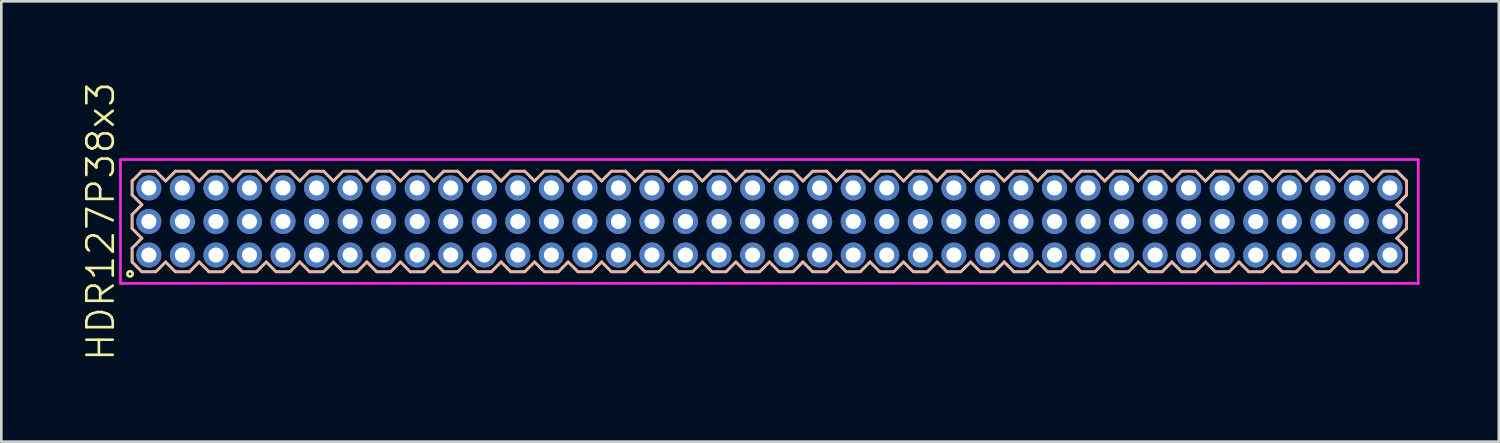
<source format=kicad_pcb>
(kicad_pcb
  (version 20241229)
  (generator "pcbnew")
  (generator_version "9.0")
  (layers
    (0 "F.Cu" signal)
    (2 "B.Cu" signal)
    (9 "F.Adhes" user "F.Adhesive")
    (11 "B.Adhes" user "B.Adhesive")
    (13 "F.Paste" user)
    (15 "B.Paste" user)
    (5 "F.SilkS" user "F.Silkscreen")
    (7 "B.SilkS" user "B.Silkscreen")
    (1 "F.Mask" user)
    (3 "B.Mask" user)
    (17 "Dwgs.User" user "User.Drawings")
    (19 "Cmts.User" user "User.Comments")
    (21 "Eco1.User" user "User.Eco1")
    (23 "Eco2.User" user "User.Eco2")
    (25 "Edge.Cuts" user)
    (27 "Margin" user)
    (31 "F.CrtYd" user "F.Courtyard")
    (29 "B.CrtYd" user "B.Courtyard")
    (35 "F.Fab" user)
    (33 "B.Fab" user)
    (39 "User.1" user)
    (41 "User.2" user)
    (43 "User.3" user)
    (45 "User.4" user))
  (footprint "HDR127P38x3"
    (layer "F.Cu")
    (at 26.081 5.336)
    (property "Reference" "HDR127P38x3" (at -25.32 0 90) (layer "F.SilkS") (effects (font (size 1 1) (thickness 0.1))))
    (attr through_hole)
    (fp_line (start -24.13 -1.533) (end -23.758 -1.905) (stroke (width 0.1) (type solid)) (layer "F.SilkS"))
    (fp_line (start -24.13 -1.007) (end -24.13 -1.533) (stroke (width 0.1) (type solid)) (layer "F.SilkS"))
    (fp_line (start -24.13 -0.263) (end -23.758 -0.635) (stroke (width 0.1) (type solid)) (layer "F.SilkS"))
    (fp_line (start -24.13 0.263) (end -24.13 -0.263) (stroke (width 0.1) (type solid)) (layer "F.SilkS"))
    (fp_line (start -24.13 1.007) (end -23.758 0.635) (stroke (width 0.1) (type solid)) (layer "F.SilkS"))
    (fp_line (start -24.13 1.533) (end -24.13 1.007) (stroke (width 0.1) (type solid)) (layer "F.SilkS"))
    (fp_line (start -23.758 -1.905) (end -23.232 -1.905) (stroke (width 0.1) (type solid)) (layer "F.SilkS"))
    (fp_line (start -23.758 -0.635) (end -24.13 -1.007) (stroke (width 0.1) (type solid)) (layer "F.SilkS"))
    (fp_line (start -23.758 0.635) (end -24.13 0.263) (stroke (width 0.1) (type solid)) (layer "F.SilkS"))
    (fp_line (start -23.758 1.905) (end -24.13 1.533) (stroke (width 0.1) (type solid)) (layer "F.SilkS"))
    (fp_line (start -23.232 -1.905) (end -22.86 -1.533) (stroke (width 0.1) (type solid)) (layer "F.SilkS"))
    (fp_line (start -23.232 1.905) (end -23.758 1.905) (stroke (width 0.1) (type solid)) (layer "F.SilkS"))
    (fp_line (start -22.86 -1.533) (end -22.488 -1.905) (stroke (width 0.1) (type solid)) (layer "F.SilkS"))
    (fp_line (start -22.86 1.533) (end -23.232 1.905) (stroke (width 0.1) (type solid)) (layer "F.SilkS"))
    (fp_line (start -22.488 -1.905) (end -21.962 -1.905) (stroke (width 0.1) (type solid)) (layer "F.SilkS"))
    (fp_line (start -22.488 1.905) (end -22.86 1.533) (stroke (width 0.1) (type solid)) (layer "F.SilkS"))
    (fp_line (start -21.962 -1.905) (end -21.59 -1.533) (stroke (width 0.1) (type solid)) (layer "F.SilkS"))
    (fp_line (start -21.962 1.905) (end -22.488 1.905) (stroke (width 0.1) (type solid)) (layer "F.SilkS"))
    (fp_line (start -21.59 -1.533) (end -21.218 -1.905) (stroke (width 0.1) (type solid)) (layer "F.SilkS"))
    (fp_line (start -21.59 1.533) (end -21.962 1.905) (stroke (width 0.1) (type solid)) (layer "F.SilkS"))
    (fp_line (start -21.218 -1.905) (end -20.692 -1.905) (stroke (width 0.1) (type solid)) (layer "F.SilkS"))
    (fp_line (start -21.218 1.905) (end -21.59 1.533) (stroke (width 0.1) (type solid)) (layer "F.SilkS"))
    (fp_line (start -20.692 -1.905) (end -20.32 -1.533) (stroke (width 0.1) (type solid)) (layer "F.SilkS"))
    (fp_line (start -20.692 1.905) (end -21.218 1.905) (stroke (width 0.1) (type solid)) (layer "F.SilkS"))
    (fp_line (start -20.32 -1.533) (end -19.948 -1.905) (stroke (width 0.1) (type solid)) (layer "F.SilkS"))
    (fp_line (start -20.32 1.533) (end -20.692 1.905) (stroke (width 0.1) (type solid)) (layer "F.SilkS"))
    (fp_line (start -19.948 -1.905) (end -19.422 -1.905) (stroke (width 0.1) (type solid)) (layer "F.SilkS"))
    (fp_line (start -19.948 1.905) (end -20.32 1.533) (stroke (width 0.1) (type solid)) (layer "F.SilkS"))
    (fp_line (start -19.422 -1.905) (end -19.05 -1.533) (stroke (width 0.1) (type solid)) (layer "F.SilkS"))
    (fp_line (start -19.422 1.905) (end -19.948 1.905) (stroke (width 0.1) (type solid)) (layer "F.SilkS"))
    (fp_line (start -19.05 -1.533) (end -18.678 -1.905) (stroke (width 0.1) (type solid)) (layer "F.SilkS"))
    (fp_line (start -19.05 1.533) (end -19.422 1.905) (stroke (width 0.1) (type solid)) (layer "F.SilkS"))
    (fp_line (start -18.678 -1.905) (end -18.152 -1.905) (stroke (width 0.1) (type solid)) (layer "F.SilkS"))
    (fp_line (start -18.678 1.905) (end -19.05 1.533) (stroke (width 0.1) (type solid)) (layer "F.SilkS"))
    (fp_line (start -18.152 -1.905) (end -17.78 -1.533) (stroke (width 0.1) (type solid)) (layer "F.SilkS"))
    (fp_line (start -18.152 1.905) (end -18.678 1.905) (stroke (width 0.1) (type solid)) (layer "F.SilkS"))
    (fp_line (start -17.78 -1.533) (end -17.408 -1.905) (stroke (width 0.1) (type solid)) (layer "F.SilkS"))
    (fp_line (start -17.78 1.533) (end -18.152 1.905) (stroke (width 0.1) (type solid)) (layer "F.SilkS"))
    (fp_line (start -17.408 -1.905) (end -16.882 -1.905) (stroke (width 0.1) (type solid)) (layer "F.SilkS"))
    (fp_line (start -17.408 1.905) (end -17.78 1.533) (stroke (width 0.1) (type solid)) (layer "F.SilkS"))
    (fp_line (start -16.882 -1.905) (end -16.51 -1.533) (stroke (width 0.1) (type solid)) (layer "F.SilkS"))
    (fp_line (start -16.882 1.905) (end -17.408 1.905) (stroke (width 0.1) (type solid)) (layer "F.SilkS"))
    (fp_line (start -16.51 -1.533) (end -16.138 -1.905) (stroke (width 0.1) (type solid)) (layer "F.SilkS"))
    (fp_line (start -16.51 1.533) (end -16.882 1.905) (stroke (width 0.1) (type solid)) (layer "F.SilkS"))
    (fp_line (start -16.138 -1.905) (end -15.612 -1.905) (stroke (width 0.1) (type solid)) (layer "F.SilkS"))
    (fp_line (start -16.138 1.905) (end -16.51 1.533) (stroke (width 0.1) (type solid)) (layer "F.SilkS"))
    (fp_line (start -15.612 -1.905) (end -15.24 -1.533) (stroke (width 0.1) (type solid)) (layer "F.SilkS"))
    (fp_line (start -15.612 1.905) (end -16.138 1.905) (stroke (width 0.1) (type solid)) (layer "F.SilkS"))
    (fp_line (start -15.24 -1.533) (end -14.868 -1.905) (stroke (width 0.1) (type solid)) (layer "F.SilkS"))
    (fp_line (start -15.24 1.533) (end -15.612 1.905) (stroke (width 0.1) (type solid)) (layer "F.SilkS"))
    (fp_line (start -14.868 -1.905) (end -14.342 -1.905) (stroke (width 0.1) (type solid)) (layer "F.SilkS"))
    (fp_line (start -14.868 1.905) (end -15.24 1.533) (stroke (width 0.1) (type solid)) (layer "F.SilkS"))
    (fp_line (start -14.342 -1.905) (end -13.97 -1.533) (stroke (width 0.1) (type solid)) (layer "F.SilkS"))
    (fp_line (start -14.342 1.905) (end -14.868 1.905) (stroke (width 0.1) (type solid)) (layer "F.SilkS"))
    (fp_line (start -13.97 -1.533) (end -13.598 -1.905) (stroke (width 0.1) (type solid)) (layer "F.SilkS"))
    (fp_line (start -13.97 1.533) (end -14.342 1.905) (stroke (width 0.1) (type solid)) (layer "F.SilkS"))
    (fp_line (start -13.598 -1.905) (end -13.072 -1.905) (stroke (width 0.1) (type solid)) (layer "F.SilkS"))
    (fp_line (start -13.598 1.905) (end -13.97 1.533) (stroke (width 0.1) (type solid)) (layer "F.SilkS"))
    (fp_line (start -13.072 -1.905) (end -12.7 -1.533) (stroke (width 0.1) (type solid)) (layer "F.SilkS"))
    (fp_line (start -13.072 1.905) (end -13.598 1.905) (stroke (width 0.1) (type solid)) (layer "F.SilkS"))
    (fp_line (start -12.7 -1.533) (end -12.328 -1.905) (stroke (width 0.1) (type solid)) (layer "F.SilkS"))
    (fp_line (start -12.7 1.533) (end -13.072 1.905) (stroke (width 0.1) (type solid)) (layer "F.SilkS"))
    (fp_line (start -12.328 -1.905) (end -11.802 -1.905) (stroke (width 0.1) (type solid)) (layer "F.SilkS"))
    (fp_line (start -12.328 1.905) (end -12.7 1.533) (stroke (width 0.1) (type solid)) (layer "F.SilkS"))
    (fp_line (start -11.802 -1.905) (end -11.43 -1.533) (stroke (width 0.1) (type solid)) (layer "F.SilkS"))
    (fp_line (start -11.802 1.905) (end -12.328 1.905) (stroke (width 0.1) (type solid)) (layer "F.SilkS"))
    (fp_line (start -11.43 -1.533) (end -11.058 -1.905) (stroke (width 0.1) (type solid)) (layer "F.SilkS"))
    (fp_line (start -11.43 1.533) (end -11.802 1.905) (stroke (width 0.1) (type solid)) (layer "F.SilkS"))
    (fp_line (start -11.058 -1.905) (end -10.532 -1.905) (stroke (width 0.1) (type solid)) (layer "F.SilkS"))
    (fp_line (start -11.058 1.905) (end -11.43 1.533) (stroke (width 0.1) (type solid)) (layer "F.SilkS"))
    (fp_line (start -10.532 -1.905) (end -10.16 -1.533) (stroke (width 0.1) (type solid)) (layer "F.SilkS"))
    (fp_line (start -10.532 1.905) (end -11.058 1.905) (stroke (width 0.1) (type solid)) (layer "F.SilkS"))
    (fp_line (start -10.16 -1.533) (end -9.788 -1.905) (stroke (width 0.1) (type solid)) (layer "F.SilkS"))
    (fp_line (start -10.16 1.533) (end -10.532 1.905) (stroke (width 0.1) (type solid)) (layer "F.SilkS"))
    (fp_line (start -9.788 -1.905) (end -9.262 -1.905) (stroke (width 0.1) (type solid)) (layer "F.SilkS"))
    (fp_line (start -9.788 1.905) (end -10.16 1.533) (stroke (width 0.1) (type solid)) (layer "F.SilkS"))
    (fp_line (start -9.262 -1.905) (end -8.89 -1.533) (stroke (width 0.1) (type solid)) (layer "F.SilkS"))
    (fp_line (start -9.262 1.905) (end -9.788 1.905) (stroke (width 0.1) (type solid)) (layer "F.SilkS"))
    (fp_line (start -8.89 -1.533) (end -8.518 -1.905) (stroke (width 0.1) (type solid)) (layer "F.SilkS"))
    (fp_line (start -8.89 1.533) (end -9.262 1.905) (stroke (width 0.1) (type solid)) (layer "F.SilkS"))
    (fp_line (start -8.518 -1.905) (end -7.992 -1.905) (stroke (width 0.1) (type solid)) (layer "F.SilkS"))
    (fp_line (start -8.518 1.905) (end -8.89 1.533) (stroke (width 0.1) (type solid)) (layer "F.SilkS"))
    (fp_line (start -7.992 -1.905) (end -7.62 -1.533) (stroke (width 0.1) (type solid)) (layer "F.SilkS"))
    (fp_line (start -7.992 1.905) (end -8.518 1.905) (stroke (width 0.1) (type solid)) (layer "F.SilkS"))
    (fp_line (start -7.62 -1.533) (end -7.248 -1.905) (stroke (width 0.1) (type solid)) (layer "F.SilkS"))
    (fp_line (start -7.62 1.533) (end -7.992 1.905) (stroke (width 0.1) (type solid)) (layer "F.SilkS"))
    (fp_line (start -7.248 -1.905) (end -6.722 -1.905) (stroke (width 0.1) (type solid)) (layer "F.SilkS"))
    (fp_line (start -7.248 1.905) (end -7.62 1.533) (stroke (width 0.1) (type solid)) (layer "F.SilkS"))
    (fp_line (start -6.722 -1.905) (end -6.35 -1.533) (stroke (width 0.1) (type solid)) (layer "F.SilkS"))
    (fp_line (start -6.722 1.905) (end -7.248 1.905) (stroke (width 0.1) (type solid)) (layer "F.SilkS"))
    (fp_line (start -6.35 -1.533) (end -5.978 -1.905) (stroke (width 0.1) (type solid)) (layer "F.SilkS"))
    (fp_line (start -6.35 1.533) (end -6.722 1.905) (stroke (width 0.1) (type solid)) (layer "F.SilkS"))
    (fp_line (start -5.978 -1.905) (end -5.452 -1.905) (stroke (width 0.1) (type solid)) (layer "F.SilkS"))
    (fp_line (start -5.978 1.905) (end -6.35 1.533) (stroke (width 0.1) (type solid)) (layer "F.SilkS"))
    (fp_line (start -5.452 -1.905) (end -5.08 -1.533) (stroke (width 0.1) (type solid)) (layer "F.SilkS"))
    (fp_line (start -5.452 1.905) (end -5.978 1.905) (stroke (width 0.1) (type solid)) (layer "F.SilkS"))
    (fp_line (start -5.08 -1.533) (end -4.708 -1.905) (stroke (width 0.1) (type solid)) (layer "F.SilkS"))
    (fp_line (start -5.08 1.533) (end -5.452 1.905) (stroke (width 0.1) (type solid)) (layer "F.SilkS"))
    (fp_line (start -4.708 -1.905) (end -4.182 -1.905) (stroke (width 0.1) (type solid)) (layer "F.SilkS"))
    (fp_line (start -4.708 1.905) (end -5.08 1.533) (stroke (width 0.1) (type solid)) (layer "F.SilkS"))
    (fp_line (start -4.182 -1.905) (end -3.81 -1.533) (stroke (width 0.1) (type solid)) (layer "F.SilkS"))
    (fp_line (start -4.182 1.905) (end -4.708 1.905) (stroke (width 0.1) (type solid)) (layer "F.SilkS"))
    (fp_line (start -3.81 -1.533) (end -3.438 -1.905) (stroke (width 0.1) (type solid)) (layer "F.SilkS"))
    (fp_line (start -3.81 1.533) (end -4.182 1.905) (stroke (width 0.1) (type solid)) (layer "F.SilkS"))
    (fp_line (start -3.438 -1.905) (end -2.912 -1.905) (stroke (width 0.1) (type solid)) (layer "F.SilkS"))
    (fp_line (start -3.438 1.905) (end -3.81 1.533) (stroke (width 0.1) (type solid)) (layer "F.SilkS"))
    (fp_line (start -2.912 -1.905) (end -2.54 -1.533) (stroke (width 0.1) (type solid)) (layer "F.SilkS"))
    (fp_line (start -2.912 1.905) (end -3.438 1.905) (stroke (width 0.1) (type solid)) (layer "F.SilkS"))
    (fp_line (start -2.54 -1.533) (end -2.168 -1.905) (stroke (width 0.1) (type solid)) (layer "F.SilkS"))
    (fp_line (start -2.54 1.533) (end -2.912 1.905) (stroke (width 0.1) (type solid)) (layer "F.SilkS"))
    (fp_line (start -2.168 -1.905) (end -1.642 -1.905) (stroke (width 0.1) (type solid)) (layer "F.SilkS"))
    (fp_line (start -2.168 1.905) (end -2.54 1.533) (stroke (width 0.1) (type solid)) (layer "F.SilkS"))
    (fp_line (start -1.642 -1.905) (end -1.27 -1.533) (stroke (width 0.1) (type solid)) (layer "F.SilkS"))
    (fp_line (start -1.642 1.905) (end -2.168 1.905) (stroke (width 0.1) (type solid)) (layer "F.SilkS"))
    (fp_line (start -1.27 -1.533) (end -0.898 -1.905) (stroke (width 0.1) (type solid)) (layer "F.SilkS"))
    (fp_line (start -1.27 1.533) (end -1.642 1.905) (stroke (width 0.1) (type solid)) (layer "F.SilkS"))
    (fp_line (start -0.898 -1.905) (end -0.372 -1.905) (stroke (width 0.1) (type solid)) (layer "F.SilkS"))
    (fp_line (start -0.898 1.905) (end -1.27 1.533) (stroke (width 0.1) (type solid)) (layer "F.SilkS"))
    (fp_line (start -0.372 -1.905) (end 0 -1.533) (stroke (width 0.1) (type solid)) (layer "F.SilkS"))
    (fp_line (start -0.372 1.905) (end -0.898 1.905) (stroke (width 0.1) (type solid)) (layer "F.SilkS"))
    (fp_line (start 0 -1.533) (end 0.372 -1.905) (stroke (width 0.1) (type solid)) (layer "F.SilkS"))
    (fp_line (start 0 1.533) (end -0.372 1.905) (stroke (width 0.1) (type solid)) (layer "F.SilkS"))
    (fp_line (start 0.372 -1.905) (end 0.898 -1.905) (stroke (width 0.1) (type solid)) (layer "F.SilkS"))
    (fp_line (start 0.372 1.905) (end 0 1.533) (stroke (width 0.1) (type solid)) (layer "F.SilkS"))
    (fp_line (start 0.898 -1.905) (end 1.27 -1.533) (stroke (width 0.1) (type solid)) (layer "F.SilkS"))
    (fp_line (start 0.898 1.905) (end 0.372 1.905) (stroke (width 0.1) (type solid)) (layer "F.SilkS"))
    (fp_line (start 1.27 -1.533) (end 1.642 -1.905) (stroke (width 0.1) (type solid)) (layer "F.SilkS"))
    (fp_line (start 1.27 1.533) (end 0.898 1.905) (stroke (width 0.1) (type solid)) (layer "F.SilkS"))
    (fp_line (start 1.642 -1.905) (end 2.168 -1.905) (stroke (width 0.1) (type solid)) (layer "F.SilkS"))
    (fp_line (start 1.642 1.905) (end 1.27 1.533) (stroke (width 0.1) (type solid)) (layer "F.SilkS"))
    (fp_line (start 2.168 -1.905) (end 2.54 -1.533) (stroke (width 0.1) (type solid)) (layer "F.SilkS"))
    (fp_line (start 2.168 1.905) (end 1.642 1.905) (stroke (width 0.1) (type solid)) (layer "F.SilkS"))
    (fp_line (start 2.54 -1.533) (end 2.912 -1.905) (stroke (width 0.1) (type solid)) (layer "F.SilkS"))
    (fp_line (start 2.54 1.533) (end 2.168 1.905) (stroke (width 0.1) (type solid)) (layer "F.SilkS"))
    (fp_line (start 2.912 -1.905) (end 3.438 -1.905) (stroke (width 0.1) (type solid)) (layer "F.SilkS"))
    (fp_line (start 2.912 1.905) (end 2.54 1.533) (stroke (width 0.1) (type solid)) (layer "F.SilkS"))
    (fp_line (start 3.438 -1.905) (end 3.81 -1.533) (stroke (width 0.1) (type solid)) (layer "F.SilkS"))
    (fp_line (start 3.438 1.905) (end 2.912 1.905) (stroke (width 0.1) (type solid)) (layer "F.SilkS"))
    (fp_line (start 3.81 -1.533) (end 4.182 -1.905) (stroke (width 0.1) (type solid)) (layer "F.SilkS"))
    (fp_line (start 3.81 1.533) (end 3.438 1.905) (stroke (width 0.1) (type solid)) (layer "F.SilkS"))
    (fp_line (start 4.182 -1.905) (end 4.708 -1.905) (stroke (width 0.1) (type solid)) (layer "F.SilkS"))
    (fp_line (start 4.182 1.905) (end 3.81 1.533) (stroke (width 0.1) (type solid)) (layer "F.SilkS"))
    (fp_line (start 4.708 -1.905) (end 5.08 -1.533) (stroke (width 0.1) (type solid)) (layer "F.SilkS"))
    (fp_line (start 4.708 1.905) (end 4.182 1.905) (stroke (width 0.1) (type solid)) (layer "F.SilkS"))
    (fp_line (start 5.08 -1.533) (end 5.452 -1.905) (stroke (width 0.1) (type solid)) (layer "F.SilkS"))
    (fp_line (start 5.08 1.533) (end 4.708 1.905) (stroke (width 0.1) (type solid)) (layer "F.SilkS"))
    (fp_line (start 5.452 -1.905) (end 5.978 -1.905) (stroke (width 0.1) (type solid)) (layer "F.SilkS"))
    (fp_line (start 5.452 1.905) (end 5.08 1.533) (stroke (width 0.1) (type solid)) (layer "F.SilkS"))
    (fp_line (start 5.978 -1.905) (end 6.35 -1.533) (stroke (width 0.1) (type solid)) (layer "F.SilkS"))
    (fp_line (start 5.978 1.905) (end 5.452 1.905) (stroke (width 0.1) (type solid)) (layer "F.SilkS"))
    (fp_line (start 6.35 -1.533) (end 6.722 -1.905) (stroke (width 0.1) (type solid)) (layer "F.SilkS"))
    (fp_line (start 6.35 1.533) (end 5.978 1.905) (stroke (width 0.1) (type solid)) (layer "F.SilkS"))
    (fp_line (start 6.722 -1.905) (end 7.248 -1.905) (stroke (width 0.1) (type solid)) (layer "F.SilkS"))
    (fp_line (start 6.722 1.905) (end 6.35 1.533) (stroke (width 0.1) (type solid)) (layer "F.SilkS"))
    (fp_line (start 7.248 -1.905) (end 7.62 -1.533) (stroke (width 0.1) (type solid)) (layer "F.SilkS"))
    (fp_line (start 7.248 1.905) (end 6.722 1.905) (stroke (width 0.1) (type solid)) (layer "F.SilkS"))
    (fp_line (start 7.62 -1.533) (end 7.992 -1.905) (stroke (width 0.1) (type solid)) (layer "F.SilkS"))
    (fp_line (start 7.62 1.533) (end 7.248 1.905) (stroke (width 0.1) (type solid)) (layer "F.SilkS"))
    (fp_line (start 7.992 -1.905) (end 8.518 -1.905) (stroke (width 0.1) (type solid)) (layer "F.SilkS"))
    (fp_line (start 7.992 1.905) (end 7.62 1.533) (stroke (width 0.1) (type solid)) (layer "F.SilkS"))
    (fp_line (start 8.518 -1.905) (end 8.89 -1.533) (stroke (width 0.1) (type solid)) (layer "F.SilkS"))
    (fp_line (start 8.518 1.905) (end 7.992 1.905) (stroke (width 0.1) (type solid)) (layer "F.SilkS"))
    (fp_line (start 8.89 -1.533) (end 9.262 -1.905) (stroke (width 0.1) (type solid)) (layer "F.SilkS"))
    (fp_line (start 8.89 1.533) (end 8.518 1.905) (stroke (width 0.1) (type solid)) (layer "F.SilkS"))
    (fp_line (start 9.262 -1.905) (end 9.788 -1.905) (stroke (width 0.1) (type solid)) (layer "F.SilkS"))
    (fp_line (start 9.262 1.905) (end 8.89 1.533) (stroke (width 0.1) (type solid)) (layer "F.SilkS"))
    (fp_line (start 9.788 -1.905) (end 10.16 -1.533) (stroke (width 0.1) (type solid)) (layer "F.SilkS"))
    (fp_line (start 9.788 1.905) (end 9.262 1.905) (stroke (width 0.1) (type solid)) (layer "F.SilkS"))
    (fp_line (start 10.16 -1.533) (end 10.532 -1.905) (stroke (width 0.1) (type solid)) (layer "F.SilkS"))
    (fp_line (start 10.16 1.533) (end 9.788 1.905) (stroke (width 0.1) (type solid)) (layer "F.SilkS"))
    (fp_line (start 10.532 -1.905) (end 11.058 -1.905) (stroke (width 0.1) (type solid)) (layer "F.SilkS"))
    (fp_line (start 10.532 1.905) (end 10.16 1.533) (stroke (width 0.1) (type solid)) (layer "F.SilkS"))
    (fp_line (start 11.058 -1.905) (end 11.43 -1.533) (stroke (width 0.1) (type solid)) (layer "F.SilkS"))
    (fp_line (start 11.058 1.905) (end 10.532 1.905) (stroke (width 0.1) (type solid)) (layer "F.SilkS"))
    (fp_line (start 11.43 -1.533) (end 11.802 -1.905) (stroke (width 0.1) (type solid)) (layer "F.SilkS"))
    (fp_line (start 11.43 1.533) (end 11.058 1.905) (stroke (width 0.1) (type solid)) (layer "F.SilkS"))
    (fp_line (start 11.802 -1.905) (end 12.328 -1.905) (stroke (width 0.1) (type solid)) (layer "F.SilkS"))
    (fp_line (start 11.802 1.905) (end 11.43 1.533) (stroke (width 0.1) (type solid)) (layer "F.SilkS"))
    (fp_line (start 12.328 -1.905) (end 12.7 -1.533) (stroke (width 0.1) (type solid)) (layer "F.SilkS"))
    (fp_line (start 12.328 1.905) (end 11.802 1.905) (stroke (width 0.1) (type solid)) (layer "F.SilkS"))
    (fp_line (start 12.7 -1.533) (end 13.072 -1.905) (stroke (width 0.1) (type solid)) (layer "F.SilkS"))
    (fp_line (start 12.7 1.533) (end 12.328 1.905) (stroke (width 0.1) (type solid)) (layer "F.SilkS"))
    (fp_line (start 13.072 -1.905) (end 13.598 -1.905) (stroke (width 0.1) (type solid)) (layer "F.SilkS"))
    (fp_line (start 13.072 1.905) (end 12.7 1.533) (stroke (width 0.1) (type solid)) (layer "F.SilkS"))
    (fp_line (start 13.598 -1.905) (end 13.97 -1.533) (stroke (width 0.1) (type solid)) (layer "F.SilkS"))
    (fp_line (start 13.598 1.905) (end 13.072 1.905) (stroke (width 0.1) (type solid)) (layer "F.SilkS"))
    (fp_line (start 13.97 -1.533) (end 14.342 -1.905) (stroke (width 0.1) (type solid)) (layer "F.SilkS"))
    (fp_line (start 13.97 1.533) (end 13.598 1.905) (stroke (width 0.1) (type solid)) (layer "F.SilkS"))
    (fp_line (start 14.342 -1.905) (end 14.868 -1.905) (stroke (width 0.1) (type solid)) (layer "F.SilkS"))
    (fp_line (start 14.342 1.905) (end 13.97 1.533) (stroke (width 0.1) (type solid)) (layer "F.SilkS"))
    (fp_line (start 14.868 -1.905) (end 15.24 -1.533) (stroke (width 0.1) (type solid)) (layer "F.SilkS"))
    (fp_line (start 14.868 1.905) (end 14.342 1.905) (stroke (width 0.1) (type solid)) (layer "F.SilkS"))
    (fp_line (start 15.24 -1.533) (end 15.612 -1.905) (stroke (width 0.1) (type solid)) (layer "F.SilkS"))
    (fp_line (start 15.24 1.533) (end 14.868 1.905) (stroke (width 0.1) (type solid)) (layer "F.SilkS"))
    (fp_line (start 15.612 -1.905) (end 16.138 -1.905) (stroke (width 0.1) (type solid)) (layer "F.SilkS"))
    (fp_line (start 15.612 1.905) (end 15.24 1.533) (stroke (width 0.1) (type solid)) (layer "F.SilkS"))
    (fp_line (start 16.138 -1.905) (end 16.51 -1.533) (stroke (width 0.1) (type solid)) (layer "F.SilkS"))
    (fp_line (start 16.138 1.905) (end 15.612 1.905) (stroke (width 0.1) (type solid)) (layer "F.SilkS"))
    (fp_line (start 16.51 -1.533) (end 16.882 -1.905) (stroke (width 0.1) (type solid)) (layer "F.SilkS"))
    (fp_line (start 16.51 1.533) (end 16.138 1.905) (stroke (width 0.1) (type solid)) (layer "F.SilkS"))
    (fp_line (start 16.882 -1.905) (end 17.408 -1.905) (stroke (width 0.1) (type solid)) (layer "F.SilkS"))
    (fp_line (start 16.882 1.905) (end 16.51 1.533) (stroke (width 0.1) (type solid)) (layer "F.SilkS"))
    (fp_line (start 17.408 -1.905) (end 17.78 -1.533) (stroke (width 0.1) (type solid)) (layer "F.SilkS"))
    (fp_line (start 17.408 1.905) (end 16.882 1.905) (stroke (width 0.1) (type solid)) (layer "F.SilkS"))
    (fp_line (start 17.78 -1.533) (end 18.152 -1.905) (stroke (width 0.1) (type solid)) (layer "F.SilkS"))
    (fp_line (start 17.78 1.533) (end 17.408 1.905) (stroke (width 0.1) (type solid)) (layer "F.SilkS"))
    (fp_line (start 18.152 -1.905) (end 18.678 -1.905) (stroke (width 0.1) (type solid)) (layer "F.SilkS"))
    (fp_line (start 18.152 1.905) (end 17.78 1.533) (stroke (width 0.1) (type solid)) (layer "F.SilkS"))
    (fp_line (start 18.678 -1.905) (end 19.05 -1.533) (stroke (width 0.1) (type solid)) (layer "F.SilkS"))
    (fp_line (start 18.678 1.905) (end 18.152 1.905) (stroke (width 0.1) (type solid)) (layer "F.SilkS"))
    (fp_line (start 19.05 -1.533) (end 19.422 -1.905) (stroke (width 0.1) (type solid)) (layer "F.SilkS"))
    (fp_line (start 19.05 1.533) (end 18.678 1.905) (stroke (width 0.1) (type solid)) (layer "F.SilkS"))
    (fp_line (start 19.422 -1.905) (end 19.948 -1.905) (stroke (width 0.1) (type solid)) (layer "F.SilkS"))
    (fp_line (start 19.422 1.905) (end 19.05 1.533) (stroke (width 0.1) (type solid)) (layer "F.SilkS"))
    (fp_line (start 19.948 -1.905) (end 20.32 -1.533) (stroke (width 0.1) (type solid)) (layer "F.SilkS"))
    (fp_line (start 19.948 1.905) (end 19.422 1.905) (stroke (width 0.1) (type solid)) (layer "F.SilkS"))
    (fp_line (start 20.32 -1.533) (end 20.692 -1.905) (stroke (width 0.1) (type solid)) (layer "F.SilkS"))
    (fp_line (start 20.32 1.533) (end 19.948 1.905) (stroke (width 0.1) (type solid)) (layer "F.SilkS"))
    (fp_line (start 20.692 -1.905) (end 21.218 -1.905) (stroke (width 0.1) (type solid)) (layer "F.SilkS"))
    (fp_line (start 20.692 1.905) (end 20.32 1.533) (stroke (width 0.1) (type solid)) (layer "F.SilkS"))
    (fp_line (start 21.218 -1.905) (end 21.59 -1.533) (stroke (width 0.1) (type solid)) (layer "F.SilkS"))
    (fp_line (start 21.218 1.905) (end 20.692 1.905) (stroke (width 0.1) (type solid)) (layer "F.SilkS"))
    (fp_line (start 21.59 -1.533) (end 21.962 -1.905) (stroke (width 0.1) (type solid)) (layer "F.SilkS"))
    (fp_line (start 21.59 1.533) (end 21.218 1.905) (stroke (width 0.1) (type solid)) (layer "F.SilkS"))
    (fp_line (start 21.962 -1.905) (end 22.488 -1.905) (stroke (width 0.1) (type solid)) (layer "F.SilkS"))
    (fp_line (start 21.962 1.905) (end 21.59 1.533) (stroke (width 0.1) (type solid)) (layer "F.SilkS"))
    (fp_line (start 22.488 -1.905) (end 22.86 -1.533) (stroke (width 0.1) (type solid)) (layer "F.SilkS"))
    (fp_line (start 22.488 1.905) (end 21.962 1.905) (stroke (width 0.1) (type solid)) (layer "F.SilkS"))
    (fp_line (start 22.86 -1.533) (end 23.232 -1.905) (stroke (width 0.1) (type solid)) (layer "F.SilkS"))
    (fp_line (start 22.86 1.533) (end 22.488 1.905) (stroke (width 0.1) (type solid)) (layer "F.SilkS"))
    (fp_line (start 23.232 -1.905) (end 23.758 -1.905) (stroke (width 0.1) (type solid)) (layer "F.SilkS"))
    (fp_line (start 23.232 1.905) (end 22.86 1.533) (stroke (width 0.1) (type solid)) (layer "F.SilkS"))
    (fp_line (start 23.758 -1.905) (end 24.13 -1.533) (stroke (width 0.1) (type solid)) (layer "F.SilkS"))
    (fp_line (start 23.758 -0.635) (end 24.13 -0.263) (stroke (width 0.1) (type solid)) (layer "F.SilkS"))
    (fp_line (start 23.758 0.635) (end 24.13 1.007) (stroke (width 0.1) (type solid)) (layer "F.SilkS"))
    (fp_line (start 23.758 1.905) (end 23.232 1.905) (stroke (width 0.1) (type solid)) (layer "F.SilkS"))
    (fp_line (start 24.13 -1.533) (end 24.13 -1.007) (stroke (width 0.1) (type solid)) (layer "F.SilkS"))
    (fp_line (start 24.13 -1.007) (end 23.758 -0.635) (stroke (width 0.1) (type solid)) (layer "F.SilkS"))
    (fp_line (start 24.13 -0.263) (end 24.13 0.263) (stroke (width 0.1) (type solid)) (layer "F.SilkS"))
    (fp_line (start 24.13 0.263) (end 23.758 0.635) (stroke (width 0.1) (type solid)) (layer "F.SilkS"))
    (fp_line (start 24.13 1.007) (end 24.13 1.533) (stroke (width 0.1) (type solid)) (layer "F.SilkS"))
    (fp_line (start 24.13 1.533) (end 23.758 1.905) (stroke (width 0.1) (type solid)) (layer "F.SilkS"))
    (fp_circle (center -24.208 1.983) (end -24.108 1.983) (stroke (width 0.1) (type solid)) (fill no) (layer "F.SilkS"))
    (fp_line (start -24.13 -1.533) (end -23.758 -1.905) (stroke (width 0.1) (type solid)) (layer "B.SilkS"))
    (fp_line (start -24.13 -1.007) (end -24.13 -1.533) (stroke (width 0.1) (type solid)) (layer "B.SilkS"))
    (fp_line (start -24.13 -0.263) (end -23.758 -0.635) (stroke (width 0.1) (type solid)) (layer "B.SilkS"))
    (fp_line (start -24.13 0.263) (end -24.13 -0.263) (stroke (width 0.1) (type solid)) (layer "B.SilkS"))
    (fp_line (start -24.13 1.007) (end -23.758 0.635) (stroke (width 0.1) (type solid)) (layer "B.SilkS"))
    (fp_line (start -24.13 1.533) (end -24.13 1.007) (stroke (width 0.1) (type solid)) (layer "B.SilkS"))
    (fp_line (start -23.758 -1.905) (end -23.232 -1.905) (stroke (width 0.1) (type solid)) (layer "B.SilkS"))
    (fp_line (start -23.758 -0.635) (end -24.13 -1.007) (stroke (width 0.1) (type solid)) (layer "B.SilkS"))
    (fp_line (start -23.758 0.635) (end -24.13 0.263) (stroke (width 0.1) (type solid)) (layer "B.SilkS"))
    (fp_line (start -23.758 1.905) (end -24.13 1.533) (stroke (width 0.1) (type solid)) (layer "B.SilkS"))
    (fp_line (start -23.232 -1.905) (end -22.86 -1.533) (stroke (width 0.1) (type solid)) (layer "B.SilkS"))
    (fp_line (start -23.232 1.905) (end -23.758 1.905) (stroke (width 0.1) (type solid)) (layer "B.SilkS"))
    (fp_line (start -22.86 -1.533) (end -22.488 -1.905) (stroke (width 0.1) (type solid)) (layer "B.SilkS"))
    (fp_line (start -22.86 1.533) (end -23.232 1.905) (stroke (width 0.1) (type solid)) (layer "B.SilkS"))
    (fp_line (start -22.488 -1.905) (end -21.962 -1.905) (stroke (width 0.1) (type solid)) (layer "B.SilkS"))
    (fp_line (start -22.488 1.905) (end -22.86 1.533) (stroke (width 0.1) (type solid)) (layer "B.SilkS"))
    (fp_line (start -21.962 -1.905) (end -21.59 -1.533) (stroke (width 0.1) (type solid)) (layer "B.SilkS"))
    (fp_line (start -21.962 1.905) (end -22.488 1.905) (stroke (width 0.1) (type solid)) (layer "B.SilkS"))
    (fp_line (start -21.59 -1.533) (end -21.218 -1.905) (stroke (width 0.1) (type solid)) (layer "B.SilkS"))
    (fp_line (start -21.59 1.533) (end -21.962 1.905) (stroke (width 0.1) (type solid)) (layer "B.SilkS"))
    (fp_line (start -21.218 -1.905) (end -20.692 -1.905) (stroke (width 0.1) (type solid)) (layer "B.SilkS"))
    (fp_line (start -21.218 1.905) (end -21.59 1.533) (stroke (width 0.1) (type solid)) (layer "B.SilkS"))
    (fp_line (start -20.692 -1.905) (end -20.32 -1.533) (stroke (width 0.1) (type solid)) (layer "B.SilkS"))
    (fp_line (start -20.692 1.905) (end -21.218 1.905) (stroke (width 0.1) (type solid)) (layer "B.SilkS"))
    (fp_line (start -20.32 -1.533) (end -19.948 -1.905) (stroke (width 0.1) (type solid)) (layer "B.SilkS"))
    (fp_line (start -20.32 1.533) (end -20.692 1.905) (stroke (width 0.1) (type solid)) (layer "B.SilkS"))
    (fp_line (start -19.948 -1.905) (end -19.422 -1.905) (stroke (width 0.1) (type solid)) (layer "B.SilkS"))
    (fp_line (start -19.948 1.905) (end -20.32 1.533) (stroke (width 0.1) (type solid)) (layer "B.SilkS"))
    (fp_line (start -19.422 -1.905) (end -19.05 -1.533) (stroke (width 0.1) (type solid)) (layer "B.SilkS"))
    (fp_line (start -19.422 1.905) (end -19.948 1.905) (stroke (width 0.1) (type solid)) (layer "B.SilkS"))
    (fp_line (start -19.05 -1.533) (end -18.678 -1.905) (stroke (width 0.1) (type solid)) (layer "B.SilkS"))
    (fp_line (start -19.05 1.533) (end -19.422 1.905) (stroke (width 0.1) (type solid)) (layer "B.SilkS"))
    (fp_line (start -18.678 -1.905) (end -18.152 -1.905) (stroke (width 0.1) (type solid)) (layer "B.SilkS"))
    (fp_line (start -18.678 1.905) (end -19.05 1.533) (stroke (width 0.1) (type solid)) (layer "B.SilkS"))
    (fp_line (start -18.152 -1.905) (end -17.78 -1.533) (stroke (width 0.1) (type solid)) (layer "B.SilkS"))
    (fp_line (start -18.152 1.905) (end -18.678 1.905) (stroke (width 0.1) (type solid)) (layer "B.SilkS"))
    (fp_line (start -17.78 -1.533) (end -17.408 -1.905) (stroke (width 0.1) (type solid)) (layer "B.SilkS"))
    (fp_line (start -17.78 1.533) (end -18.152 1.905) (stroke (width 0.1) (type solid)) (layer "B.SilkS"))
    (fp_line (start -17.408 -1.905) (end -16.882 -1.905) (stroke (width 0.1) (type solid)) (layer "B.SilkS"))
    (fp_line (start -17.408 1.905) (end -17.78 1.533) (stroke (width 0.1) (type solid)) (layer "B.SilkS"))
    (fp_line (start -16.882 -1.905) (end -16.51 -1.533) (stroke (width 0.1) (type solid)) (layer "B.SilkS"))
    (fp_line (start -16.882 1.905) (end -17.408 1.905) (stroke (width 0.1) (type solid)) (layer "B.SilkS"))
    (fp_line (start -16.51 -1.533) (end -16.138 -1.905) (stroke (width 0.1) (type solid)) (layer "B.SilkS"))
    (fp_line (start -16.51 1.533) (end -16.882 1.905) (stroke (width 0.1) (type solid)) (layer "B.SilkS"))
    (fp_line (start -16.138 -1.905) (end -15.612 -1.905) (stroke (width 0.1) (type solid)) (layer "B.SilkS"))
    (fp_line (start -16.138 1.905) (end -16.51 1.533) (stroke (width 0.1) (type solid)) (layer "B.SilkS"))
    (fp_line (start -15.612 -1.905) (end -15.24 -1.533) (stroke (width 0.1) (type solid)) (layer "B.SilkS"))
    (fp_line (start -15.612 1.905) (end -16.138 1.905) (stroke (width 0.1) (type solid)) (layer "B.SilkS"))
    (fp_line (start -15.24 -1.533) (end -14.868 -1.905) (stroke (width 0.1) (type solid)) (layer "B.SilkS"))
    (fp_line (start -15.24 1.533) (end -15.612 1.905) (stroke (width 0.1) (type solid)) (layer "B.SilkS"))
    (fp_line (start -14.868 -1.905) (end -14.342 -1.905) (stroke (width 0.1) (type solid)) (layer "B.SilkS"))
    (fp_line (start -14.868 1.905) (end -15.24 1.533) (stroke (width 0.1) (type solid)) (layer "B.SilkS"))
    (fp_line (start -14.342 -1.905) (end -13.97 -1.533) (stroke (width 0.1) (type solid)) (layer "B.SilkS"))
    (fp_line (start -14.342 1.905) (end -14.868 1.905) (stroke (width 0.1) (type solid)) (layer "B.SilkS"))
    (fp_line (start -13.97 -1.533) (end -13.598 -1.905) (stroke (width 0.1) (type solid)) (layer "B.SilkS"))
    (fp_line (start -13.97 1.533) (end -14.342 1.905) (stroke (width 0.1) (type solid)) (layer "B.SilkS"))
    (fp_line (start -13.598 -1.905) (end -13.072 -1.905) (stroke (width 0.1) (type solid)) (layer "B.SilkS"))
    (fp_line (start -13.598 1.905) (end -13.97 1.533) (stroke (width 0.1) (type solid)) (layer "B.SilkS"))
    (fp_line (start -13.072 -1.905) (end -12.7 -1.533) (stroke (width 0.1) (type solid)) (layer "B.SilkS"))
    (fp_line (start -13.072 1.905) (end -13.598 1.905) (stroke (width 0.1) (type solid)) (layer "B.SilkS"))
    (fp_line (start -12.7 -1.533) (end -12.328 -1.905) (stroke (width 0.1) (type solid)) (layer "B.SilkS"))
    (fp_line (start -12.7 1.533) (end -13.072 1.905) (stroke (width 0.1) (type solid)) (layer "B.SilkS"))
    (fp_line (start -12.328 -1.905) (end -11.802 -1.905) (stroke (width 0.1) (type solid)) (layer "B.SilkS"))
    (fp_line (start -12.328 1.905) (end -12.7 1.533) (stroke (width 0.1) (type solid)) (layer "B.SilkS"))
    (fp_line (start -11.802 -1.905) (end -11.43 -1.533) (stroke (width 0.1) (type solid)) (layer "B.SilkS"))
    (fp_line (start -11.802 1.905) (end -12.328 1.905) (stroke (width 0.1) (type solid)) (layer "B.SilkS"))
    (fp_line (start -11.43 -1.533) (end -11.058 -1.905) (stroke (width 0.1) (type solid)) (layer "B.SilkS"))
    (fp_line (start -11.43 1.533) (end -11.802 1.905) (stroke (width 0.1) (type solid)) (layer "B.SilkS"))
    (fp_line (start -11.058 -1.905) (end -10.532 -1.905) (stroke (width 0.1) (type solid)) (layer "B.SilkS"))
    (fp_line (start -11.058 1.905) (end -11.43 1.533) (stroke (width 0.1) (type solid)) (layer "B.SilkS"))
    (fp_line (start -10.532 -1.905) (end -10.16 -1.533) (stroke (width 0.1) (type solid)) (layer "B.SilkS"))
    (fp_line (start -10.532 1.905) (end -11.058 1.905) (stroke (width 0.1) (type solid)) (layer "B.SilkS"))
    (fp_line (start -10.16 -1.533) (end -9.788 -1.905) (stroke (width 0.1) (type solid)) (layer "B.SilkS"))
    (fp_line (start -10.16 1.533) (end -10.532 1.905) (stroke (width 0.1) (type solid)) (layer "B.SilkS"))
    (fp_line (start -9.788 -1.905) (end -9.262 -1.905) (stroke (width 0.1) (type solid)) (layer "B.SilkS"))
    (fp_line (start -9.788 1.905) (end -10.16 1.533) (stroke (width 0.1) (type solid)) (layer "B.SilkS"))
    (fp_line (start -9.262 -1.905) (end -8.89 -1.533) (stroke (width 0.1) (type solid)) (layer "B.SilkS"))
    (fp_line (start -9.262 1.905) (end -9.788 1.905) (stroke (width 0.1) (type solid)) (layer "B.SilkS"))
    (fp_line (start -8.89 -1.533) (end -8.518 -1.905) (stroke (width 0.1) (type solid)) (layer "B.SilkS"))
    (fp_line (start -8.89 1.533) (end -9.262 1.905) (stroke (width 0.1) (type solid)) (layer "B.SilkS"))
    (fp_line (start -8.518 -1.905) (end -7.992 -1.905) (stroke (width 0.1) (type solid)) (layer "B.SilkS"))
    (fp_line (start -8.518 1.905) (end -8.89 1.533) (stroke (width 0.1) (type solid)) (layer "B.SilkS"))
    (fp_line (start -7.992 -1.905) (end -7.62 -1.533) (stroke (width 0.1) (type solid)) (layer "B.SilkS"))
    (fp_line (start -7.992 1.905) (end -8.518 1.905) (stroke (width 0.1) (type solid)) (layer "B.SilkS"))
    (fp_line (start -7.62 -1.533) (end -7.248 -1.905) (stroke (width 0.1) (type solid)) (layer "B.SilkS"))
    (fp_line (start -7.62 1.533) (end -7.992 1.905) (stroke (width 0.1) (type solid)) (layer "B.SilkS"))
    (fp_line (start -7.248 -1.905) (end -6.722 -1.905) (stroke (width 0.1) (type solid)) (layer "B.SilkS"))
    (fp_line (start -7.248 1.905) (end -7.62 1.533) (stroke (width 0.1) (type solid)) (layer "B.SilkS"))
    (fp_line (start -6.722 -1.905) (end -6.35 -1.533) (stroke (width 0.1) (type solid)) (layer "B.SilkS"))
    (fp_line (start -6.722 1.905) (end -7.248 1.905) (stroke (width 0.1) (type solid)) (layer "B.SilkS"))
    (fp_line (start -6.35 -1.533) (end -5.978 -1.905) (stroke (width 0.1) (type solid)) (layer "B.SilkS"))
    (fp_line (start -6.35 1.533) (end -6.722 1.905) (stroke (width 0.1) (type solid)) (layer "B.SilkS"))
    (fp_line (start -5.978 -1.905) (end -5.452 -1.905) (stroke (width 0.1) (type solid)) (layer "B.SilkS"))
    (fp_line (start -5.978 1.905) (end -6.35 1.533) (stroke (width 0.1) (type solid)) (layer "B.SilkS"))
    (fp_line (start -5.452 -1.905) (end -5.08 -1.533) (stroke (width 0.1) (type solid)) (layer "B.SilkS"))
    (fp_line (start -5.452 1.905) (end -5.978 1.905) (stroke (width 0.1) (type solid)) (layer "B.SilkS"))
    (fp_line (start -5.08 -1.533) (end -4.708 -1.905) (stroke (width 0.1) (type solid)) (layer "B.SilkS"))
    (fp_line (start -5.08 1.533) (end -5.452 1.905) (stroke (width 0.1) (type solid)) (layer "B.SilkS"))
    (fp_line (start -4.708 -1.905) (end -4.182 -1.905) (stroke (width 0.1) (type solid)) (layer "B.SilkS"))
    (fp_line (start -4.708 1.905) (end -5.08 1.533) (stroke (width 0.1) (type solid)) (layer "B.SilkS"))
    (fp_line (start -4.182 -1.905) (end -3.81 -1.533) (stroke (width 0.1) (type solid)) (layer "B.SilkS"))
    (fp_line (start -4.182 1.905) (end -4.708 1.905) (stroke (width 0.1) (type solid)) (layer "B.SilkS"))
    (fp_line (start -3.81 -1.533) (end -3.438 -1.905) (stroke (width 0.1) (type solid)) (layer "B.SilkS"))
    (fp_line (start -3.81 1.533) (end -4.182 1.905) (stroke (width 0.1) (type solid)) (layer "B.SilkS"))
    (fp_line (start -3.438 -1.905) (end -2.912 -1.905) (stroke (width 0.1) (type solid)) (layer "B.SilkS"))
    (fp_line (start -3.438 1.905) (end -3.81 1.533) (stroke (width 0.1) (type solid)) (layer "B.SilkS"))
    (fp_line (start -2.912 -1.905) (end -2.54 -1.533) (stroke (width 0.1) (type solid)) (layer "B.SilkS"))
    (fp_line (start -2.912 1.905) (end -3.438 1.905) (stroke (width 0.1) (type solid)) (layer "B.SilkS"))
    (fp_line (start -2.54 -1.533) (end -2.168 -1.905) (stroke (width 0.1) (type solid)) (layer "B.SilkS"))
    (fp_line (start -2.54 1.533) (end -2.912 1.905) (stroke (width 0.1) (type solid)) (layer "B.SilkS"))
    (fp_line (start -2.168 -1.905) (end -1.642 -1.905) (stroke (width 0.1) (type solid)) (layer "B.SilkS"))
    (fp_line (start -2.168 1.905) (end -2.54 1.533) (stroke (width 0.1) (type solid)) (layer "B.SilkS"))
    (fp_line (start -1.642 -1.905) (end -1.27 -1.533) (stroke (width 0.1) (type solid)) (layer "B.SilkS"))
    (fp_line (start -1.642 1.905) (end -2.168 1.905) (stroke (width 0.1) (type solid)) (layer "B.SilkS"))
    (fp_line (start -1.27 -1.533) (end -0.898 -1.905) (stroke (width 0.1) (type solid)) (layer "B.SilkS"))
    (fp_line (start -1.27 1.533) (end -1.642 1.905) (stroke (width 0.1) (type solid)) (layer "B.SilkS"))
    (fp_line (start -0.898 -1.905) (end -0.372 -1.905) (stroke (width 0.1) (type solid)) (layer "B.SilkS"))
    (fp_line (start -0.898 1.905) (end -1.27 1.533) (stroke (width 0.1) (type solid)) (layer "B.SilkS"))
    (fp_line (start -0.372 -1.905) (end 0 -1.533) (stroke (width 0.1) (type solid)) (layer "B.SilkS"))
    (fp_line (start -0.372 1.905) (end -0.898 1.905) (stroke (width 0.1) (type solid)) (layer "B.SilkS"))
    (fp_line (start 0 -1.533) (end 0.372 -1.905) (stroke (width 0.1) (type solid)) (layer "B.SilkS"))
    (fp_line (start 0 1.533) (end -0.372 1.905) (stroke (width 0.1) (type solid)) (layer "B.SilkS"))
    (fp_line (start 0.372 -1.905) (end 0.898 -1.905) (stroke (width 0.1) (type solid)) (layer "B.SilkS"))
    (fp_line (start 0.372 1.905) (end 0 1.533) (stroke (width 0.1) (type solid)) (layer "B.SilkS"))
    (fp_line (start 0.898 -1.905) (end 1.27 -1.533) (stroke (width 0.1) (type solid)) (layer "B.SilkS"))
    (fp_line (start 0.898 1.905) (end 0.372 1.905) (stroke (width 0.1) (type solid)) (layer "B.SilkS"))
    (fp_line (start 1.27 -1.533) (end 1.642 -1.905) (stroke (width 0.1) (type solid)) (layer "B.SilkS"))
    (fp_line (start 1.27 1.533) (end 0.898 1.905) (stroke (width 0.1) (type solid)) (layer "B.SilkS"))
    (fp_line (start 1.642 -1.905) (end 2.168 -1.905) (stroke (width 0.1) (type solid)) (layer "B.SilkS"))
    (fp_line (start 1.642 1.905) (end 1.27 1.533) (stroke (width 0.1) (type solid)) (layer "B.SilkS"))
    (fp_line (start 2.168 -1.905) (end 2.54 -1.533) (stroke (width 0.1) (type solid)) (layer "B.SilkS"))
    (fp_line (start 2.168 1.905) (end 1.642 1.905) (stroke (width 0.1) (type solid)) (layer "B.SilkS"))
    (fp_line (start 2.54 -1.533) (end 2.912 -1.905) (stroke (width 0.1) (type solid)) (layer "B.SilkS"))
    (fp_line (start 2.54 1.533) (end 2.168 1.905) (stroke (width 0.1) (type solid)) (layer "B.SilkS"))
    (fp_line (start 2.912 -1.905) (end 3.438 -1.905) (stroke (width 0.1) (type solid)) (layer "B.SilkS"))
    (fp_line (start 2.912 1.905) (end 2.54 1.533) (stroke (width 0.1) (type solid)) (layer "B.SilkS"))
    (fp_line (start 3.438 -1.905) (end 3.81 -1.533) (stroke (width 0.1) (type solid)) (layer "B.SilkS"))
    (fp_line (start 3.438 1.905) (end 2.912 1.905) (stroke (width 0.1) (type solid)) (layer "B.SilkS"))
    (fp_line (start 3.81 -1.533) (end 4.182 -1.905) (stroke (width 0.1) (type solid)) (layer "B.SilkS"))
    (fp_line (start 3.81 1.533) (end 3.438 1.905) (stroke (width 0.1) (type solid)) (layer "B.SilkS"))
    (fp_line (start 4.182 -1.905) (end 4.708 -1.905) (stroke (width 0.1) (type solid)) (layer "B.SilkS"))
    (fp_line (start 4.182 1.905) (end 3.81 1.533) (stroke (width 0.1) (type solid)) (layer "B.SilkS"))
    (fp_line (start 4.708 -1.905) (end 5.08 -1.533) (stroke (width 0.1) (type solid)) (layer "B.SilkS"))
    (fp_line (start 4.708 1.905) (end 4.182 1.905) (stroke (width 0.1) (type solid)) (layer "B.SilkS"))
    (fp_line (start 5.08 -1.533) (end 5.452 -1.905) (stroke (width 0.1) (type solid)) (layer "B.SilkS"))
    (fp_line (start 5.08 1.533) (end 4.708 1.905) (stroke (width 0.1) (type solid)) (layer "B.SilkS"))
    (fp_line (start 5.452 -1.905) (end 5.978 -1.905) (stroke (width 0.1) (type solid)) (layer "B.SilkS"))
    (fp_line (start 5.452 1.905) (end 5.08 1.533) (stroke (width 0.1) (type solid)) (layer "B.SilkS"))
    (fp_line (start 5.978 -1.905) (end 6.35 -1.533) (stroke (width 0.1) (type solid)) (layer "B.SilkS"))
    (fp_line (start 5.978 1.905) (end 5.452 1.905) (stroke (width 0.1) (type solid)) (layer "B.SilkS"))
    (fp_line (start 6.35 -1.533) (end 6.722 -1.905) (stroke (width 0.1) (type solid)) (layer "B.SilkS"))
    (fp_line (start 6.35 1.533) (end 5.978 1.905) (stroke (width 0.1) (type solid)) (layer "B.SilkS"))
    (fp_line (start 6.722 -1.905) (end 7.248 -1.905) (stroke (width 0.1) (type solid)) (layer "B.SilkS"))
    (fp_line (start 6.722 1.905) (end 6.35 1.533) (stroke (width 0.1) (type solid)) (layer "B.SilkS"))
    (fp_line (start 7.248 -1.905) (end 7.62 -1.533) (stroke (width 0.1) (type solid)) (layer "B.SilkS"))
    (fp_line (start 7.248 1.905) (end 6.722 1.905) (stroke (width 0.1) (type solid)) (layer "B.SilkS"))
    (fp_line (start 7.62 -1.533) (end 7.992 -1.905) (stroke (width 0.1) (type solid)) (layer "B.SilkS"))
    (fp_line (start 7.62 1.533) (end 7.248 1.905) (stroke (width 0.1) (type solid)) (layer "B.SilkS"))
    (fp_line (start 7.992 -1.905) (end 8.518 -1.905) (stroke (width 0.1) (type solid)) (layer "B.SilkS"))
    (fp_line (start 7.992 1.905) (end 7.62 1.533) (stroke (width 0.1) (type solid)) (layer "B.SilkS"))
    (fp_line (start 8.518 -1.905) (end 8.89 -1.533) (stroke (width 0.1) (type solid)) (layer "B.SilkS"))
    (fp_line (start 8.518 1.905) (end 7.992 1.905) (stroke (width 0.1) (type solid)) (layer "B.SilkS"))
    (fp_line (start 8.89 -1.533) (end 9.262 -1.905) (stroke (width 0.1) (type solid)) (layer "B.SilkS"))
    (fp_line (start 8.89 1.533) (end 8.518 1.905) (stroke (width 0.1) (type solid)) (layer "B.SilkS"))
    (fp_line (start 9.262 -1.905) (end 9.788 -1.905) (stroke (width 0.1) (type solid)) (layer "B.SilkS"))
    (fp_line (start 9.262 1.905) (end 8.89 1.533) (stroke (width 0.1) (type solid)) (layer "B.SilkS"))
    (fp_line (start 9.788 -1.905) (end 10.16 -1.533) (stroke (width 0.1) (type solid)) (layer "B.SilkS"))
    (fp_line (start 9.788 1.905) (end 9.262 1.905) (stroke (width 0.1) (type solid)) (layer "B.SilkS"))
    (fp_line (start 10.16 -1.533) (end 10.532 -1.905) (stroke (width 0.1) (type solid)) (layer "B.SilkS"))
    (fp_line (start 10.16 1.533) (end 9.788 1.905) (stroke (width 0.1) (type solid)) (layer "B.SilkS"))
    (fp_line (start 10.532 -1.905) (end 11.058 -1.905) (stroke (width 0.1) (type solid)) (layer "B.SilkS"))
    (fp_line (start 10.532 1.905) (end 10.16 1.533) (stroke (width 0.1) (type solid)) (layer "B.SilkS"))
    (fp_line (start 11.058 -1.905) (end 11.43 -1.533) (stroke (width 0.1) (type solid)) (layer "B.SilkS"))
    (fp_line (start 11.058 1.905) (end 10.532 1.905) (stroke (width 0.1) (type solid)) (layer "B.SilkS"))
    (fp_line (start 11.43 -1.533) (end 11.802 -1.905) (stroke (width 0.1) (type solid)) (layer "B.SilkS"))
    (fp_line (start 11.43 1.533) (end 11.058 1.905) (stroke (width 0.1) (type solid)) (layer "B.SilkS"))
    (fp_line (start 11.802 -1.905) (end 12.328 -1.905) (stroke (width 0.1) (type solid)) (layer "B.SilkS"))
    (fp_line (start 11.802 1.905) (end 11.43 1.533) (stroke (width 0.1) (type solid)) (layer "B.SilkS"))
    (fp_line (start 12.328 -1.905) (end 12.7 -1.533) (stroke (width 0.1) (type solid)) (layer "B.SilkS"))
    (fp_line (start 12.328 1.905) (end 11.802 1.905) (stroke (width 0.1) (type solid)) (layer "B.SilkS"))
    (fp_line (start 12.7 -1.533) (end 13.072 -1.905) (stroke (width 0.1) (type solid)) (layer "B.SilkS"))
    (fp_line (start 12.7 1.533) (end 12.328 1.905) (stroke (width 0.1) (type solid)) (layer "B.SilkS"))
    (fp_line (start 13.072 -1.905) (end 13.598 -1.905) (stroke (width 0.1) (type solid)) (layer "B.SilkS"))
    (fp_line (start 13.072 1.905) (end 12.7 1.533) (stroke (width 0.1) (type solid)) (layer "B.SilkS"))
    (fp_line (start 13.598 -1.905) (end 13.97 -1.533) (stroke (width 0.1) (type solid)) (layer "B.SilkS"))
    (fp_line (start 13.598 1.905) (end 13.072 1.905) (stroke (width 0.1) (type solid)) (layer "B.SilkS"))
    (fp_line (start 13.97 -1.533) (end 14.342 -1.905) (stroke (width 0.1) (type solid)) (layer "B.SilkS"))
    (fp_line (start 13.97 1.533) (end 13.598 1.905) (stroke (width 0.1) (type solid)) (layer "B.SilkS"))
    (fp_line (start 14.342 -1.905) (end 14.868 -1.905) (stroke (width 0.1) (type solid)) (layer "B.SilkS"))
    (fp_line (start 14.342 1.905) (end 13.97 1.533) (stroke (width 0.1) (type solid)) (layer "B.SilkS"))
    (fp_line (start 14.868 -1.905) (end 15.24 -1.533) (stroke (width 0.1) (type solid)) (layer "B.SilkS"))
    (fp_line (start 14.868 1.905) (end 14.342 1.905) (stroke (width 0.1) (type solid)) (layer "B.SilkS"))
    (fp_line (start 15.24 -1.533) (end 15.612 -1.905) (stroke (width 0.1) (type solid)) (layer "B.SilkS"))
    (fp_line (start 15.24 1.533) (end 14.868 1.905) (stroke (width 0.1) (type solid)) (layer "B.SilkS"))
    (fp_line (start 15.612 -1.905) (end 16.138 -1.905) (stroke (width 0.1) (type solid)) (layer "B.SilkS"))
    (fp_line (start 15.612 1.905) (end 15.24 1.533) (stroke (width 0.1) (type solid)) (layer "B.SilkS"))
    (fp_line (start 16.138 -1.905) (end 16.51 -1.533) (stroke (width 0.1) (type solid)) (layer "B.SilkS"))
    (fp_line (start 16.138 1.905) (end 15.612 1.905) (stroke (width 0.1) (type solid)) (layer "B.SilkS"))
    (fp_line (start 16.51 -1.533) (end 16.882 -1.905) (stroke (width 0.1) (type solid)) (layer "B.SilkS"))
    (fp_line (start 16.51 1.533) (end 16.138 1.905) (stroke (width 0.1) (type solid)) (layer "B.SilkS"))
    (fp_line (start 16.882 -1.905) (end 17.408 -1.905) (stroke (width 0.1) (type solid)) (layer "B.SilkS"))
    (fp_line (start 16.882 1.905) (end 16.51 1.533) (stroke (width 0.1) (type solid)) (layer "B.SilkS"))
    (fp_line (start 17.408 -1.905) (end 17.78 -1.533) (stroke (width 0.1) (type solid)) (layer "B.SilkS"))
    (fp_line (start 17.408 1.905) (end 16.882 1.905) (stroke (width 0.1) (type solid)) (layer "B.SilkS"))
    (fp_line (start 17.78 -1.533) (end 18.152 -1.905) (stroke (width 0.1) (type solid)) (layer "B.SilkS"))
    (fp_line (start 17.78 1.533) (end 17.408 1.905) (stroke (width 0.1) (type solid)) (layer "B.SilkS"))
    (fp_line (start 18.152 -1.905) (end 18.678 -1.905) (stroke (width 0.1) (type solid)) (layer "B.SilkS"))
    (fp_line (start 18.152 1.905) (end 17.78 1.533) (stroke (width 0.1) (type solid)) (layer "B.SilkS"))
    (fp_line (start 18.678 -1.905) (end 19.05 -1.533) (stroke (width 0.1) (type solid)) (layer "B.SilkS"))
    (fp_line (start 18.678 1.905) (end 18.152 1.905) (stroke (width 0.1) (type solid)) (layer "B.SilkS"))
    (fp_line (start 19.05 -1.533) (end 19.422 -1.905) (stroke (width 0.1) (type solid)) (layer "B.SilkS"))
    (fp_line (start 19.05 1.533) (end 18.678 1.905) (stroke (width 0.1) (type solid)) (layer "B.SilkS"))
    (fp_line (start 19.422 -1.905) (end 19.948 -1.905) (stroke (width 0.1) (type solid)) (layer "B.SilkS"))
    (fp_line (start 19.422 1.905) (end 19.05 1.533) (stroke (width 0.1) (type solid)) (layer "B.SilkS"))
    (fp_line (start 19.948 -1.905) (end 20.32 -1.533) (stroke (width 0.1) (type solid)) (layer "B.SilkS"))
    (fp_line (start 19.948 1.905) (end 19.422 1.905) (stroke (width 0.1) (type solid)) (layer "B.SilkS"))
    (fp_line (start 20.32 -1.533) (end 20.692 -1.905) (stroke (width 0.1) (type solid)) (layer "B.SilkS"))
    (fp_line (start 20.32 1.533) (end 19.948 1.905) (stroke (width 0.1) (type solid)) (layer "B.SilkS"))
    (fp_line (start 20.692 -1.905) (end 21.218 -1.905) (stroke (width 0.1) (type solid)) (layer "B.SilkS"))
    (fp_line (start 20.692 1.905) (end 20.32 1.533) (stroke (width 0.1) (type solid)) (layer "B.SilkS"))
    (fp_line (start 21.218 -1.905) (end 21.59 -1.533) (stroke (width 0.1) (type solid)) (layer "B.SilkS"))
    (fp_line (start 21.218 1.905) (end 20.692 1.905) (stroke (width 0.1) (type solid)) (layer "B.SilkS"))
    (fp_line (start 21.59 -1.533) (end 21.962 -1.905) (stroke (width 0.1) (type solid)) (layer "B.SilkS"))
    (fp_line (start 21.59 1.533) (end 21.218 1.905) (stroke (width 0.1) (type solid)) (layer "B.SilkS"))
    (fp_line (start 21.962 -1.905) (end 22.488 -1.905) (stroke (width 0.1) (type solid)) (layer "B.SilkS"))
    (fp_line (start 21.962 1.905) (end 21.59 1.533) (stroke (width 0.1) (type solid)) (layer "B.SilkS"))
    (fp_line (start 22.488 -1.905) (end 22.86 -1.533) (stroke (width 0.1) (type solid)) (layer "B.SilkS"))
    (fp_line (start 22.488 1.905) (end 21.962 1.905) (stroke (width 0.1) (type solid)) (layer "B.SilkS"))
    (fp_line (start 22.86 -1.533) (end 23.232 -1.905) (stroke (width 0.1) (type solid)) (layer "B.SilkS"))
    (fp_line (start 22.86 1.533) (end 22.488 1.905) (stroke (width 0.1) (type solid)) (layer "B.SilkS"))
    (fp_line (start 23.232 -1.905) (end 23.758 -1.905) (stroke (width 0.1) (type solid)) (layer "B.SilkS"))
    (fp_line (start 23.232 1.905) (end 22.86 1.533) (stroke (width 0.1) (type solid)) (layer "B.SilkS"))
    (fp_line (start 23.758 -1.905) (end 24.13 -1.533) (stroke (width 0.1) (type solid)) (layer "B.SilkS"))
    (fp_line (start 23.758 -0.635) (end 24.13 -0.263) (stroke (width 0.1) (type solid)) (layer "B.SilkS"))
    (fp_line (start 23.758 0.635) (end 24.13 1.007) (stroke (width 0.1) (type solid)) (layer "B.SilkS"))
    (fp_line (start 23.758 1.905) (end 23.232 1.905) (stroke (width 0.1) (type solid)) (layer "B.SilkS"))
    (fp_line (start 24.13 -1.533) (end 24.13 -1.007) (stroke (width 0.1) (type solid)) (layer "B.SilkS"))
    (fp_line (start 24.13 -1.007) (end 23.758 -0.635) (stroke (width 0.1) (type solid)) (layer "B.SilkS"))
    (fp_line (start 24.13 -0.263) (end 24.13 0.263) (stroke (width 0.1) (type solid)) (layer "B.SilkS"))
    (fp_line (start 24.13 0.263) (end 23.758 0.635) (stroke (width 0.1) (type solid)) (layer "B.SilkS"))
    (fp_line (start 24.13 1.007) (end 24.13 1.533) (stroke (width 0.1) (type solid)) (layer "B.SilkS"))
    (fp_line (start 24.13 1.533) (end 23.758 1.905) (stroke (width 0.1) (type solid)) (layer "B.SilkS"))
    (fp_line (start -24.57 -2.345) (end -24.57 2.345) (stroke (width 0.1) (type solid)) (layer "F.CrtYd"))
    (fp_line (start -24.57 2.345) (end 24.57 2.345) (stroke (width 0.1) (type solid)) (layer "F.CrtYd"))
    (fp_line (start 24.57 -2.345) (end -24.57 -2.345) (stroke (width 0.1) (type solid)) (layer "F.CrtYd"))
    (fp_line (start 24.57 2.345) (end 24.57 -2.345) (stroke (width 0.1) (type solid)) (layer "F.CrtYd"))
    (pad "1" thru_hole oval (at -23.495 1.27) (size 0.95 0.95) (drill 0.57) (layers "*.Cu" "*.Mask"))
    (pad "2" thru_hole oval (at -23.495 0) (size 0.95 0.95) (drill 0.57) (layers "*.Cu" "*.Mask"))
    (pad "3" thru_hole oval (at -23.495 -1.27) (size 0.95 0.95) (drill 0.57) (layers "*.Cu" "*.Mask"))
    (pad "4" thru_hole oval (at -22.225 1.27) (size 0.95 0.95) (drill 0.57) (layers "*.Cu" "*.Mask"))
    (pad "5" thru_hole oval (at -22.225 0) (size 0.95 0.95) (drill 0.57) (layers "*.Cu" "*.Mask"))
    (pad "6" thru_hole oval (at -22.225 -1.27) (size 0.95 0.95) (drill 0.57) (layers "*.Cu" "*.Mask"))
    (pad "7" thru_hole oval (at -20.955 1.27) (size 0.95 0.95) (drill 0.57) (layers "*.Cu" "*.Mask"))
    (pad "8" thru_hole oval (at -20.955 0) (size 0.95 0.95) (drill 0.57) (layers "*.Cu" "*.Mask"))
    (pad "9" thru_hole oval (at -20.955 -1.27) (size 0.95 0.95) (drill 0.57) (layers "*.Cu" "*.Mask"))
    (pad "10" thru_hole oval (at -19.685 1.27) (size 0.95 0.95) (drill 0.57) (layers "*.Cu" "*.Mask"))
    (pad "11" thru_hole oval (at -19.685 0) (size 0.95 0.95) (drill 0.57) (layers "*.Cu" "*.Mask"))
    (pad "12" thru_hole oval (at -19.685 -1.27) (size 0.95 0.95) (drill 0.57) (layers "*.Cu" "*.Mask"))
    (pad "13" thru_hole oval (at -18.415 1.27) (size 0.95 0.95) (drill 0.57) (layers "*.Cu" "*.Mask"))
    (pad "14" thru_hole oval (at -18.415 0) (size 0.95 0.95) (drill 0.57) (layers "*.Cu" "*.Mask"))
    (pad "15" thru_hole oval (at -18.415 -1.27) (size 0.95 0.95) (drill 0.57) (layers "*.Cu" "*.Mask"))
    (pad "16" thru_hole oval (at -17.145 1.27) (size 0.95 0.95) (drill 0.57) (layers "*.Cu" "*.Mask"))
    (pad "17" thru_hole oval (at -17.145 0) (size 0.95 0.95) (drill 0.57) (layers "*.Cu" "*.Mask"))
    (pad "18" thru_hole oval (at -17.145 -1.27) (size 0.95 0.95) (drill 0.57) (layers "*.Cu" "*.Mask"))
    (pad "19" thru_hole oval (at -15.875 1.27) (size 0.95 0.95) (drill 0.57) (layers "*.Cu" "*.Mask"))
    (pad "20" thru_hole oval (at -15.875 0) (size 0.95 0.95) (drill 0.57) (layers "*.Cu" "*.Mask"))
    (pad "21" thru_hole oval (at -15.875 -1.27) (size 0.95 0.95) (drill 0.57) (layers "*.Cu" "*.Mask"))
    (pad "22" thru_hole oval (at -14.605 1.27) (size 0.95 0.95) (drill 0.57) (layers "*.Cu" "*.Mask"))
    (pad "23" thru_hole oval (at -14.605 0) (size 0.95 0.95) (drill 0.57) (layers "*.Cu" "*.Mask"))
    (pad "24" thru_hole oval (at -14.605 -1.27) (size 0.95 0.95) (drill 0.57) (layers "*.Cu" "*.Mask"))
    (pad "25" thru_hole oval (at -13.335 1.27) (size 0.95 0.95) (drill 0.57) (layers "*.Cu" "*.Mask"))
    (pad "26" thru_hole oval (at -13.335 0) (size 0.95 0.95) (drill 0.57) (layers "*.Cu" "*.Mask"))
    (pad "27" thru_hole oval (at -13.335 -1.27) (size 0.95 0.95) (drill 0.57) (layers "*.Cu" "*.Mask"))
    (pad "28" thru_hole oval (at -12.065 1.27) (size 0.95 0.95) (drill 0.57) (layers "*.Cu" "*.Mask"))
    (pad "29" thru_hole oval (at -12.065 0) (size 0.95 0.95) (drill 0.57) (layers "*.Cu" "*.Mask"))
    (pad "30" thru_hole oval (at -12.065 -1.27) (size 0.95 0.95) (drill 0.57) (layers "*.Cu" "*.Mask"))
    (pad "31" thru_hole oval (at -10.795 1.27) (size 0.95 0.95) (drill 0.57) (layers "*.Cu" "*.Mask"))
    (pad "32" thru_hole oval (at -10.795 0) (size 0.95 0.95) (drill 0.57) (layers "*.Cu" "*.Mask"))
    (pad "33" thru_hole oval (at -10.795 -1.27) (size 0.95 0.95) (drill 0.57) (layers "*.Cu" "*.Mask"))
    (pad "34" thru_hole oval (at -9.525 1.27) (size 0.95 0.95) (drill 0.57) (layers "*.Cu" "*.Mask"))
    (pad "35" thru_hole oval (at -9.525 0) (size 0.95 0.95) (drill 0.57) (layers "*.Cu" "*.Mask"))
    (pad "36" thru_hole oval (at -9.525 -1.27) (size 0.95 0.95) (drill 0.57) (layers "*.Cu" "*.Mask"))
    (pad "37" thru_hole oval (at -8.255 1.27) (size 0.95 0.95) (drill 0.57) (layers "*.Cu" "*.Mask"))
    (pad "38" thru_hole oval (at -8.255 0) (size 0.95 0.95) (drill 0.57) (layers "*.Cu" "*.Mask"))
    (pad "39" thru_hole oval (at -8.255 -1.27) (size 0.95 0.95) (drill 0.57) (layers "*.Cu" "*.Mask"))
    (pad "40" thru_hole oval (at -6.985 1.27) (size 0.95 0.95) (drill 0.57) (layers "*.Cu" "*.Mask"))
    (pad "41" thru_hole oval (at -6.985 0) (size 0.95 0.95) (drill 0.57) (layers "*.Cu" "*.Mask"))
    (pad "42" thru_hole oval (at -6.985 -1.27) (size 0.95 0.95) (drill 0.57) (layers "*.Cu" "*.Mask"))
    (pad "43" thru_hole oval (at -5.715 1.27) (size 0.95 0.95) (drill 0.57) (layers "*.Cu" "*.Mask"))
    (pad "44" thru_hole oval (at -5.715 0) (size 0.95 0.95) (drill 0.57) (layers "*.Cu" "*.Mask"))
    (pad "45" thru_hole oval (at -5.715 -1.27) (size 0.95 0.95) (drill 0.57) (layers "*.Cu" "*.Mask"))
    (pad "46" thru_hole oval (at -4.445 1.27) (size 0.95 0.95) (drill 0.57) (layers "*.Cu" "*.Mask"))
    (pad "47" thru_hole oval (at -4.445 0) (size 0.95 0.95) (drill 0.57) (layers "*.Cu" "*.Mask"))
    (pad "48" thru_hole oval (at -4.445 -1.27) (size 0.95 0.95) (drill 0.57) (layers "*.Cu" "*.Mask"))
    (pad "49" thru_hole oval (at -3.175 1.27) (size 0.95 0.95) (drill 0.57) (layers "*.Cu" "*.Mask"))
    (pad "50" thru_hole oval (at -3.175 0) (size 0.95 0.95) (drill 0.57) (layers "*.Cu" "*.Mask"))
    (pad "51" thru_hole oval (at -3.175 -1.27) (size 0.95 0.95) (drill 0.57) (layers "*.Cu" "*.Mask"))
    (pad "52" thru_hole oval (at -1.905 1.27) (size 0.95 0.95) (drill 0.57) (layers "*.Cu" "*.Mask"))
    (pad "53" thru_hole oval (at -1.905 0) (size 0.95 0.95) (drill 0.57) (layers "*.Cu" "*.Mask"))
    (pad "54" thru_hole oval (at -1.905 -1.27) (size 0.95 0.95) (drill 0.57) (layers "*.Cu" "*.Mask"))
    (pad "55" thru_hole oval (at -0.635 1.27) (size 0.95 0.95) (drill 0.57) (layers "*.Cu" "*.Mask"))
    (pad "56" thru_hole oval (at -0.635 0) (size 0.95 0.95) (drill 0.57) (layers "*.Cu" "*.Mask"))
    (pad "57" thru_hole oval (at -0.635 -1.27) (size 0.95 0.95) (drill 0.57) (layers "*.Cu" "*.Mask"))
    (pad "58" thru_hole oval (at 0.635 1.27) (size 0.95 0.95) (drill 0.57) (layers "*.Cu" "*.Mask"))
    (pad "59" thru_hole oval (at 0.635 0) (size 0.95 0.95) (drill 0.57) (layers "*.Cu" "*.Mask"))
    (pad "60" thru_hole oval (at 0.635 -1.27) (size 0.95 0.95) (drill 0.57) (layers "*.Cu" "*.Mask"))
    (pad "61" thru_hole oval (at 1.905 1.27) (size 0.95 0.95) (drill 0.57) (layers "*.Cu" "*.Mask"))
    (pad "62" thru_hole oval (at 1.905 0) (size 0.95 0.95) (drill 0.57) (layers "*.Cu" "*.Mask"))
    (pad "63" thru_hole oval (at 1.905 -1.27) (size 0.95 0.95) (drill 0.57) (layers "*.Cu" "*.Mask"))
    (pad "64" thru_hole oval (at 3.175 1.27) (size 0.95 0.95) (drill 0.57) (layers "*.Cu" "*.Mask"))
    (pad "65" thru_hole oval (at 3.175 0) (size 0.95 0.95) (drill 0.57) (layers "*.Cu" "*.Mask"))
    (pad "66" thru_hole oval (at 3.175 -1.27) (size 0.95 0.95) (drill 0.57) (layers "*.Cu" "*.Mask"))
    (pad "67" thru_hole oval (at 4.445 1.27) (size 0.95 0.95) (drill 0.57) (layers "*.Cu" "*.Mask"))
    (pad "68" thru_hole oval (at 4.445 0) (size 0.95 0.95) (drill 0.57) (layers "*.Cu" "*.Mask"))
    (pad "69" thru_hole oval (at 4.445 -1.27) (size 0.95 0.95) (drill 0.57) (layers "*.Cu" "*.Mask"))
    (pad "70" thru_hole oval (at 5.715 1.27) (size 0.95 0.95) (drill 0.57) (layers "*.Cu" "*.Mask"))
    (pad "71" thru_hole oval (at 5.715 0) (size 0.95 0.95) (drill 0.57) (layers "*.Cu" "*.Mask"))
    (pad "72" thru_hole oval (at 5.715 -1.27) (size 0.95 0.95) (drill 0.57) (layers "*.Cu" "*.Mask"))
    (pad "73" thru_hole oval (at 6.985 1.27) (size 0.95 0.95) (drill 0.57) (layers "*.Cu" "*.Mask"))
    (pad "74" thru_hole oval (at 6.985 0) (size 0.95 0.95) (drill 0.57) (layers "*.Cu" "*.Mask"))
    (pad "75" thru_hole oval (at 6.985 -1.27) (size 0.95 0.95) (drill 0.57) (layers "*.Cu" "*.Mask"))
    (pad "76" thru_hole oval (at 8.255 1.27) (size 0.95 0.95) (drill 0.57) (layers "*.Cu" "*.Mask"))
    (pad "77" thru_hole oval (at 8.255 0) (size 0.95 0.95) (drill 0.57) (layers "*.Cu" "*.Mask"))
    (pad "78" thru_hole oval (at 8.255 -1.27) (size 0.95 0.95) (drill 0.57) (layers "*.Cu" "*.Mask"))
    (pad "79" thru_hole oval (at 9.525 1.27) (size 0.95 0.95) (drill 0.57) (layers "*.Cu" "*.Mask"))
    (pad "80" thru_hole oval (at 9.525 0) (size 0.95 0.95) (drill 0.57) (layers "*.Cu" "*.Mask"))
    (pad "81" thru_hole oval (at 9.525 -1.27) (size 0.95 0.95) (drill 0.57) (layers "*.Cu" "*.Mask"))
    (pad "82" thru_hole oval (at 10.795 1.27) (size 0.95 0.95) (drill 0.57) (layers "*.Cu" "*.Mask"))
    (pad "83" thru_hole oval (at 10.795 0) (size 0.95 0.95) (drill 0.57) (layers "*.Cu" "*.Mask"))
    (pad "84" thru_hole oval (at 10.795 -1.27) (size 0.95 0.95) (drill 0.57) (layers "*.Cu" "*.Mask"))
    (pad "85" thru_hole oval (at 12.065 1.27) (size 0.95 0.95) (drill 0.57) (layers "*.Cu" "*.Mask"))
    (pad "86" thru_hole oval (at 12.065 0) (size 0.95 0.95) (drill 0.57) (layers "*.Cu" "*.Mask"))
    (pad "87" thru_hole oval (at 12.065 -1.27) (size 0.95 0.95) (drill 0.57) (layers "*.Cu" "*.Mask"))
    (pad "88" thru_hole oval (at 13.335 1.27) (size 0.95 0.95) (drill 0.57) (layers "*.Cu" "*.Mask"))
    (pad "89" thru_hole oval (at 13.335 0) (size 0.95 0.95) (drill 0.57) (layers "*.Cu" "*.Mask"))
    (pad "90" thru_hole oval (at 13.335 -1.27) (size 0.95 0.95) (drill 0.57) (layers "*.Cu" "*.Mask"))
    (pad "91" thru_hole oval (at 14.605 1.27) (size 0.95 0.95) (drill 0.57) (layers "*.Cu" "*.Mask"))
    (pad "92" thru_hole oval (at 14.605 0) (size 0.95 0.95) (drill 0.57) (layers "*.Cu" "*.Mask"))
    (pad "93" thru_hole oval (at 14.605 -1.27) (size 0.95 0.95) (drill 0.57) (layers "*.Cu" "*.Mask"))
    (pad "94" thru_hole oval (at 15.875 1.27) (size 0.95 0.95) (drill 0.57) (layers "*.Cu" "*.Mask"))
    (pad "95" thru_hole oval (at 15.875 0) (size 0.95 0.95) (drill 0.57) (layers "*.Cu" "*.Mask"))
    (pad "96" thru_hole oval (at 15.875 -1.27) (size 0.95 0.95) (drill 0.57) (layers "*.Cu" "*.Mask"))
    (pad "97" thru_hole oval (at 17.145 1.27) (size 0.95 0.95) (drill 0.57) (layers "*.Cu" "*.Mask"))
    (pad "98" thru_hole oval (at 17.145 0) (size 0.95 0.95) (drill 0.57) (layers "*.Cu" "*.Mask"))
    (pad "99" thru_hole oval (at 17.145 -1.27) (size 0.95 0.95) (drill 0.57) (layers "*.Cu" "*.Mask"))
    (pad "100" thru_hole oval (at 18.415 1.27) (size 0.95 0.95) (drill 0.57) (layers "*.Cu" "*.Mask"))
    (pad "101" thru_hole oval (at 18.415 0) (size 0.95 0.95) (drill 0.57) (layers "*.Cu" "*.Mask"))
    (pad "102" thru_hole oval (at 18.415 -1.27) (size 0.95 0.95) (drill 0.57) (layers "*.Cu" "*.Mask"))
    (pad "103" thru_hole oval (at 19.685 1.27) (size 0.95 0.95) (drill 0.57) (layers "*.Cu" "*.Mask"))
    (pad "104" thru_hole oval (at 19.685 0) (size 0.95 0.95) (drill 0.57) (layers "*.Cu" "*.Mask"))
    (pad "105" thru_hole oval (at 19.685 -1.27) (size 0.95 0.95) (drill 0.57) (layers "*.Cu" "*.Mask"))
    (pad "106" thru_hole oval (at 20.955 1.27) (size 0.95 0.95) (drill 0.57) (layers "*.Cu" "*.Mask"))
    (pad "107" thru_hole oval (at 20.955 0) (size 0.95 0.95) (drill 0.57) (layers "*.Cu" "*.Mask"))
    (pad "108" thru_hole oval (at 20.955 -1.27) (size 0.95 0.95) (drill 0.57) (layers "*.Cu" "*.Mask"))
    (pad "109" thru_hole oval (at 22.225 1.27) (size 0.95 0.95) (drill 0.57) (layers "*.Cu" "*.Mask"))
    (pad "110" thru_hole oval (at 22.225 0) (size 0.95 0.95) (drill 0.57) (layers "*.Cu" "*.Mask"))
    (pad "111" thru_hole oval (at 22.225 -1.27) (size 0.95 0.95) (drill 0.57) (layers "*.Cu" "*.Mask"))
    (pad "112" thru_hole oval (at 23.495 1.27) (size 0.95 0.95) (drill 0.57) (layers "*.Cu" "*.Mask"))
    (pad "113" thru_hole oval (at 23.495 0) (size 0.95 0.95) (drill 0.57) (layers "*.Cu" "*.Mask"))
    (pad "114" thru_hole oval (at 23.495 -1.27) (size 0.95 0.95) (drill 0.57) (layers "*.Cu" "*.Mask")))
  (gr_rect
    (start -3 -3)
    (end 53.7 13.671)
    (stroke (width 0.1) (type default))
    (fill no)
    (layer "Edge.Cuts")))
</source>
